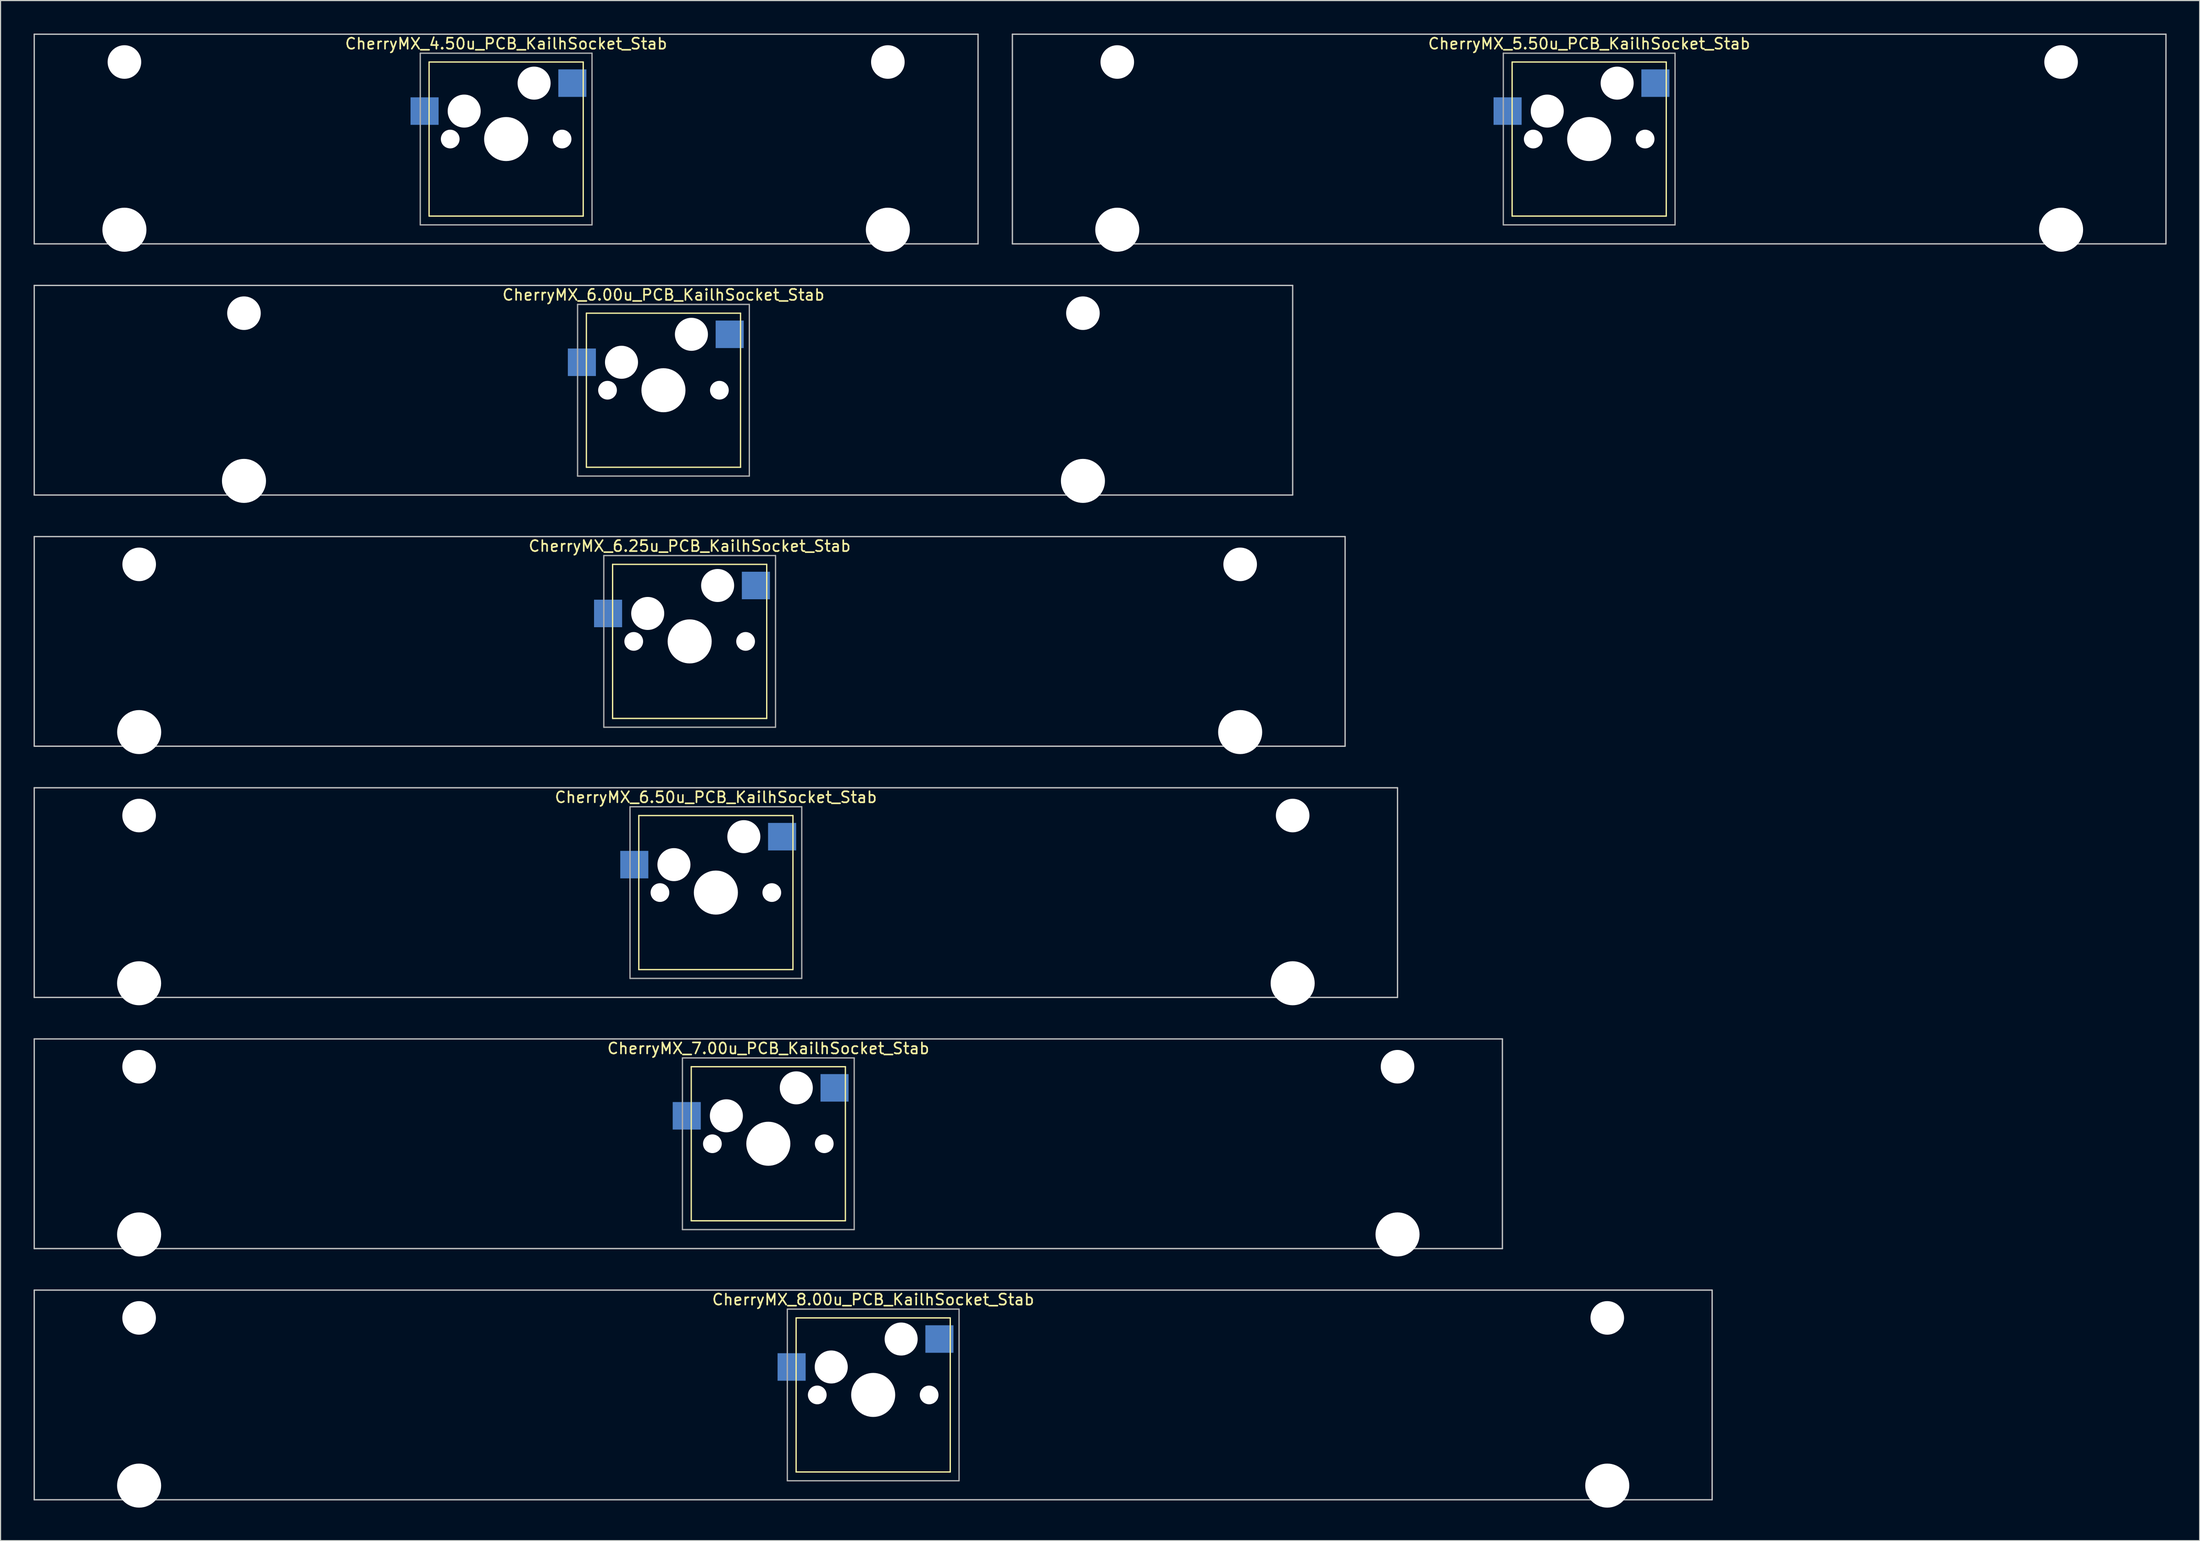
<source format=kicad_pcb>
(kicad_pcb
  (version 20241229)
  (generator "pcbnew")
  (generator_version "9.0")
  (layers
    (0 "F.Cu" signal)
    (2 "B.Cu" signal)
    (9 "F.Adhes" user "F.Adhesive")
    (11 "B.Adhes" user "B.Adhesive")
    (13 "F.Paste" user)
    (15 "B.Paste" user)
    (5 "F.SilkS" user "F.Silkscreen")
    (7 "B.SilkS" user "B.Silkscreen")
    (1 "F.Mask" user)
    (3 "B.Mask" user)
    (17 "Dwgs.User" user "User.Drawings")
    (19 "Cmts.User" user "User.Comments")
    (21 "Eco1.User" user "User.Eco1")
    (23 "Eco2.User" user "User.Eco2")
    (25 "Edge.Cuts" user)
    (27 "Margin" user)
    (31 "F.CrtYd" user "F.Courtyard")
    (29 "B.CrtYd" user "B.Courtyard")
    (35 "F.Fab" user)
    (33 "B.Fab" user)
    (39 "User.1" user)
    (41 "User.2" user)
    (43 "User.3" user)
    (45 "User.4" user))
  (footprint "CherryMX_7.00u_PCB_KailhSocket_Stab"
    (layer "F.Cu")
    (at 66.735 100.885)
    (property "Reference" "CherryMX_7.00u_PCB_KailhSocket_Stab" (at 0 -8.662 0) (layer "F.SilkS") (effects (font (size 1 1) (thickness 0.15))))
    (attr through_hole)
    (fp_line (start -7 -7) (end -7 7) (stroke (width 0.12) (type solid)) (layer "F.SilkS"))
    (fp_line (start -7 -7) (end 7 -7) (stroke (width 0.12) (type solid)) (layer "F.SilkS"))
    (fp_line (start 7 -7) (end 7 7) (stroke (width 0.12) (type solid)) (layer "F.SilkS"))
    (fp_line (start 7 7) (end -7 7) (stroke (width 0.12) (type solid)) (layer "F.SilkS"))
    (fp_line (start -66.675 -9.525) (end 66.675 -9.525) (stroke (width 0.12) (type solid)) (layer "Dwgs.User"))
    (fp_line (start -66.675 9.525) (end -66.675 -9.525) (stroke (width 0.12) (type solid)) (layer "Dwgs.User"))
    (fp_line (start 66.675 -9.525) (end 66.675 9.525) (stroke (width 0.12) (type solid)) (layer "Dwgs.User"))
    (fp_line (start 66.675 9.525) (end -66.675 9.525) (stroke (width 0.12) (type solid)) (layer "Dwgs.User"))
    (fp_line (start -7.8 -7.8) (end -7.8 7.8) (stroke (width 0.12) (type solid)) (layer "F.Fab"))
    (fp_line (start -7.8 -7.8) (end 7.8 -7.8) (stroke (width 0.12) (type solid)) (layer "F.Fab"))
    (fp_line (start -7.8 7.8) (end 7.8 7.8) (stroke (width 0.12) (type solid)) (layer "F.Fab"))
    (fp_line (start 7.8 -7.8) (end 7.8 7.8) (stroke (width 0.12) (type solid)) (layer "F.Fab"))
    (pad "" np_thru_hole circle (at -57.15 -7) (size 3.05 3.05) (drill 3.05) (layers "*.Cu" "*.Mask"))
    (pad "" np_thru_hole circle (at -57.15 8.24) (size 4 4) (drill 4) (layers "*.Cu" "*.Mask"))
    (pad "" np_thru_hole circle (at -5.08 0) (size 1.7 1.7) (drill 1.7) (layers "*.Cu" "*.Mask"))
    (pad "" np_thru_hole circle (at -3.81 -2.54) (size 3 3) (drill 3) (layers "*.Cu" "*.Mask"))
    (pad "" np_thru_hole circle (at 0 0) (size 4 4) (drill 4) (layers "*.Cu" "*.Mask"))
    (pad "" np_thru_hole circle (at 2.54 -5.08) (size 3 3) (drill 3) (layers "*.Cu" "*.Mask"))
    (pad "" np_thru_hole circle (at 5.08 0) (size 1.7 1.7) (drill 1.7) (layers "*.Cu" "*.Mask"))
    (pad "" np_thru_hole circle (at 57.15 -7) (size 3.05 3.05) (drill 3.05) (layers "*.Cu" "*.Mask"))
    (pad "" np_thru_hole circle (at 57.15 8.24) (size 4 4) (drill 4) (layers "*.Cu" "*.Mask"))
    (pad "1" smd rect (at -7.41 -2.54) (size 2.55 2.5) (layers "B.Cu" "B.Mask" "B.Paste"))
    (pad "2" smd rect (at 6.015 -5.08) (size 2.55 2.5) (layers "B.Cu" "B.Mask" "B.Paste")))
  (footprint "CherryMX_4.50u_PCB_KailhSocket_Stab"
    (layer "F.Cu")
    (at 42.922 9.585)
    (property "Reference" "CherryMX_4.50u_PCB_KailhSocket_Stab" (at 0 -8.662 0) (layer "F.SilkS") (effects (font (size 1 1) (thickness 0.15))))
    (attr through_hole)
    (fp_line (start -7 -7) (end -7 7) (stroke (width 0.12) (type solid)) (layer "F.SilkS"))
    (fp_line (start -7 -7) (end 7 -7) (stroke (width 0.12) (type solid)) (layer "F.SilkS"))
    (fp_line (start 7 -7) (end 7 7) (stroke (width 0.12) (type solid)) (layer "F.SilkS"))
    (fp_line (start 7 7) (end -7 7) (stroke (width 0.12) (type solid)) (layer "F.SilkS"))
    (fp_line (start -42.862 -9.525) (end 42.862 -9.525) (stroke (width 0.12) (type solid)) (layer "Dwgs.User"))
    (fp_line (start -42.862 9.525) (end -42.862 -9.525) (stroke (width 0.12) (type solid)) (layer "Dwgs.User"))
    (fp_line (start 42.862 -9.525) (end 42.862 9.525) (stroke (width 0.12) (type solid)) (layer "Dwgs.User"))
    (fp_line (start 42.862 9.525) (end -42.862 9.525) (stroke (width 0.12) (type solid)) (layer "Dwgs.User"))
    (fp_line (start -7.8 -7.8) (end -7.8 7.8) (stroke (width 0.12) (type solid)) (layer "F.Fab"))
    (fp_line (start -7.8 -7.8) (end 7.8 -7.8) (stroke (width 0.12) (type solid)) (layer "F.Fab"))
    (fp_line (start -7.8 7.8) (end 7.8 7.8) (stroke (width 0.12) (type solid)) (layer "F.Fab"))
    (fp_line (start 7.8 -7.8) (end 7.8 7.8) (stroke (width 0.12) (type solid)) (layer "F.Fab"))
    (pad "" np_thru_hole circle (at -34.671 -7) (size 3.05 3.05) (drill 3.05) (layers "*.Cu" "*.Mask"))
    (pad "" np_thru_hole circle (at -34.671 8.24) (size 4 4) (drill 4) (layers "*.Cu" "*.Mask"))
    (pad "" np_thru_hole circle (at -5.08 0) (size 1.7 1.7) (drill 1.7) (layers "*.Cu" "*.Mask"))
    (pad "" np_thru_hole circle (at -3.81 -2.54) (size 3 3) (drill 3) (layers "*.Cu" "*.Mask"))
    (pad "" np_thru_hole circle (at 0 0) (size 4 4) (drill 4) (layers "*.Cu" "*.Mask"))
    (pad "" np_thru_hole circle (at 2.54 -5.08) (size 3 3) (drill 3) (layers "*.Cu" "*.Mask"))
    (pad "" np_thru_hole circle (at 5.08 0) (size 1.7 1.7) (drill 1.7) (layers "*.Cu" "*.Mask"))
    (pad "" np_thru_hole circle (at 34.671 -7) (size 3.05 3.05) (drill 3.05) (layers "*.Cu" "*.Mask"))
    (pad "" np_thru_hole circle (at 34.671 8.24) (size 4 4) (drill 4) (layers "*.Cu" "*.Mask"))
    (pad "1" smd rect (at -7.41 -2.54) (size 2.55 2.5) (layers "B.Cu" "B.Mask" "B.Paste"))
    (pad "2" smd rect (at 6.015 -5.08) (size 2.55 2.5) (layers "B.Cu" "B.Mask" "B.Paste")))
  (footprint "CherryMX_6.00u_PCB_KailhSocket_Stab"
    (layer "F.Cu")
    (at 57.21 32.41)
    (property "Reference" "CherryMX_6.00u_PCB_KailhSocket_Stab" (at 0 -8.662 0) (layer "F.SilkS") (effects (font (size 1 1) (thickness 0.15))))
    (attr through_hole)
    (fp_line (start -7 -7) (end -7 7) (stroke (width 0.12) (type solid)) (layer "F.SilkS"))
    (fp_line (start -7 -7) (end 7 -7) (stroke (width 0.12) (type solid)) (layer "F.SilkS"))
    (fp_line (start 7 -7) (end 7 7) (stroke (width 0.12) (type solid)) (layer "F.SilkS"))
    (fp_line (start 7 7) (end -7 7) (stroke (width 0.12) (type solid)) (layer "F.SilkS"))
    (fp_line (start -57.15 -9.525) (end 57.15 -9.525) (stroke (width 0.12) (type solid)) (layer "Dwgs.User"))
    (fp_line (start -57.15 9.525) (end -57.15 -9.525) (stroke (width 0.12) (type solid)) (layer "Dwgs.User"))
    (fp_line (start 57.15 -9.525) (end 57.15 9.525) (stroke (width 0.12) (type solid)) (layer "Dwgs.User"))
    (fp_line (start 57.15 9.525) (end -57.15 9.525) (stroke (width 0.12) (type solid)) (layer "Dwgs.User"))
    (fp_line (start -7.8 -7.8) (end -7.8 7.8) (stroke (width 0.12) (type solid)) (layer "F.Fab"))
    (fp_line (start -7.8 -7.8) (end 7.8 -7.8) (stroke (width 0.12) (type solid)) (layer "F.Fab"))
    (fp_line (start -7.8 7.8) (end 7.8 7.8) (stroke (width 0.12) (type solid)) (layer "F.Fab"))
    (fp_line (start 7.8 -7.8) (end 7.8 7.8) (stroke (width 0.12) (type solid)) (layer "F.Fab"))
    (pad "" np_thru_hole circle (at -38.1 -7) (size 3.05 3.05) (drill 3.05) (layers "*.Cu" "*.Mask"))
    (pad "" np_thru_hole circle (at -38.1 8.24) (size 4 4) (drill 4) (layers "*.Cu" "*.Mask"))
    (pad "" np_thru_hole circle (at -5.08 0) (size 1.7 1.7) (drill 1.7) (layers "*.Cu" "*.Mask"))
    (pad "" np_thru_hole circle (at -3.81 -2.54) (size 3 3) (drill 3) (layers "*.Cu" "*.Mask"))
    (pad "" np_thru_hole circle (at 0 0) (size 4 4) (drill 4) (layers "*.Cu" "*.Mask"))
    (pad "" np_thru_hole circle (at 2.54 -5.08) (size 3 3) (drill 3) (layers "*.Cu" "*.Mask"))
    (pad "" np_thru_hole circle (at 5.08 0) (size 1.7 1.7) (drill 1.7) (layers "*.Cu" "*.Mask"))
    (pad "" np_thru_hole circle (at 38.1 -7) (size 3.05 3.05) (drill 3.05) (layers "*.Cu" "*.Mask"))
    (pad "" np_thru_hole circle (at 38.1 8.24) (size 4 4) (drill 4) (layers "*.Cu" "*.Mask"))
    (pad "1" smd rect (at -7.41 -2.54) (size 2.55 2.5) (layers "B.Cu" "B.Mask" "B.Paste"))
    (pad "2" smd rect (at 6.015 -5.08) (size 2.55 2.5) (layers "B.Cu" "B.Mask" "B.Paste")))
  (footprint "CherryMX_5.50u_PCB_KailhSocket_Stab"
    (layer "F.Cu")
    (at 141.292 9.585)
    (property "Reference" "CherryMX_5.50u_PCB_KailhSocket_Stab" (at 0 -8.662 0) (layer "F.SilkS") (effects (font (size 1 1) (thickness 0.15))))
    (attr through_hole)
    (fp_line (start -7 -7) (end -7 7) (stroke (width 0.12) (type solid)) (layer "F.SilkS"))
    (fp_line (start -7 -7) (end 7 -7) (stroke (width 0.12) (type solid)) (layer "F.SilkS"))
    (fp_line (start 7 -7) (end 7 7) (stroke (width 0.12) (type solid)) (layer "F.SilkS"))
    (fp_line (start 7 7) (end -7 7) (stroke (width 0.12) (type solid)) (layer "F.SilkS"))
    (fp_line (start -52.388 -9.525) (end 52.388 -9.525) (stroke (width 0.12) (type solid)) (layer "Dwgs.User"))
    (fp_line (start -52.388 9.525) (end -52.388 -9.525) (stroke (width 0.12) (type solid)) (layer "Dwgs.User"))
    (fp_line (start 52.388 -9.525) (end 52.388 9.525) (stroke (width 0.12) (type solid)) (layer "Dwgs.User"))
    (fp_line (start 52.388 9.525) (end -52.388 9.525) (stroke (width 0.12) (type solid)) (layer "Dwgs.User"))
    (fp_line (start -7.8 -7.8) (end -7.8 7.8) (stroke (width 0.12) (type solid)) (layer "F.Fab"))
    (fp_line (start -7.8 -7.8) (end 7.8 -7.8) (stroke (width 0.12) (type solid)) (layer "F.Fab"))
    (fp_line (start -7.8 7.8) (end 7.8 7.8) (stroke (width 0.12) (type solid)) (layer "F.Fab"))
    (fp_line (start 7.8 -7.8) (end 7.8 7.8) (stroke (width 0.12) (type solid)) (layer "F.Fab"))
    (pad "" np_thru_hole circle (at -42.862 -7) (size 3.05 3.05) (drill 3.05) (layers "*.Cu" "*.Mask"))
    (pad "" np_thru_hole circle (at -42.862 8.24) (size 4 4) (drill 4) (layers "*.Cu" "*.Mask"))
    (pad "" np_thru_hole circle (at -5.08 0) (size 1.7 1.7) (drill 1.7) (layers "*.Cu" "*.Mask"))
    (pad "" np_thru_hole circle (at -3.81 -2.54) (size 3 3) (drill 3) (layers "*.Cu" "*.Mask"))
    (pad "" np_thru_hole circle (at 0 0) (size 4 4) (drill 4) (layers "*.Cu" "*.Mask"))
    (pad "" np_thru_hole circle (at 2.54 -5.08) (size 3 3) (drill 3) (layers "*.Cu" "*.Mask"))
    (pad "" np_thru_hole circle (at 5.08 0) (size 1.7 1.7) (drill 1.7) (layers "*.Cu" "*.Mask"))
    (pad "" np_thru_hole circle (at 42.862 -7) (size 3.05 3.05) (drill 3.05) (layers "*.Cu" "*.Mask"))
    (pad "" np_thru_hole circle (at 42.862 8.24) (size 4 4) (drill 4) (layers "*.Cu" "*.Mask"))
    (pad "1" smd rect (at -7.41 -2.54) (size 2.55 2.5) (layers "B.Cu" "B.Mask" "B.Paste"))
    (pad "2" smd rect (at 6.015 -5.08) (size 2.55 2.5) (layers "B.Cu" "B.Mask" "B.Paste")))
  (footprint "CherryMX_6.50u_PCB_KailhSocket_Stab"
    (layer "F.Cu")
    (at 61.972 78.06)
    (property "Reference" "CherryMX_6.50u_PCB_KailhSocket_Stab" (at 0 -8.662 0) (layer "F.SilkS") (effects (font (size 1 1) (thickness 0.15))))
    (attr through_hole)
    (fp_line (start -7 -7) (end -7 7) (stroke (width 0.12) (type solid)) (layer "F.SilkS"))
    (fp_line (start -7 -7) (end 7 -7) (stroke (width 0.12) (type solid)) (layer "F.SilkS"))
    (fp_line (start 7 -7) (end 7 7) (stroke (width 0.12) (type solid)) (layer "F.SilkS"))
    (fp_line (start 7 7) (end -7 7) (stroke (width 0.12) (type solid)) (layer "F.SilkS"))
    (fp_line (start -61.913 -9.525) (end 61.913 -9.525) (stroke (width 0.12) (type solid)) (layer "Dwgs.User"))
    (fp_line (start -61.913 9.525) (end -61.913 -9.525) (stroke (width 0.12) (type solid)) (layer "Dwgs.User"))
    (fp_line (start 61.913 -9.525) (end 61.913 9.525) (stroke (width 0.12) (type solid)) (layer "Dwgs.User"))
    (fp_line (start 61.913 9.525) (end -61.913 9.525) (stroke (width 0.12) (type solid)) (layer "Dwgs.User"))
    (fp_line (start -7.8 -7.8) (end -7.8 7.8) (stroke (width 0.12) (type solid)) (layer "F.Fab"))
    (fp_line (start -7.8 -7.8) (end 7.8 -7.8) (stroke (width 0.12) (type solid)) (layer "F.Fab"))
    (fp_line (start -7.8 7.8) (end 7.8 7.8) (stroke (width 0.12) (type solid)) (layer "F.Fab"))
    (fp_line (start 7.8 -7.8) (end 7.8 7.8) (stroke (width 0.12) (type solid)) (layer "F.Fab"))
    (pad "" np_thru_hole circle (at -52.388 -7) (size 3.05 3.05) (drill 3.05) (layers "*.Cu" "*.Mask"))
    (pad "" np_thru_hole circle (at -52.388 8.24) (size 4 4) (drill 4) (layers "*.Cu" "*.Mask"))
    (pad "" np_thru_hole circle (at -5.08 0) (size 1.7 1.7) (drill 1.7) (layers "*.Cu" "*.Mask"))
    (pad "" np_thru_hole circle (at -3.81 -2.54) (size 3 3) (drill 3) (layers "*.Cu" "*.Mask"))
    (pad "" np_thru_hole circle (at 0 0) (size 4 4) (drill 4) (layers "*.Cu" "*.Mask"))
    (pad "" np_thru_hole circle (at 2.54 -5.08) (size 3 3) (drill 3) (layers "*.Cu" "*.Mask"))
    (pad "" np_thru_hole circle (at 5.08 0) (size 1.7 1.7) (drill 1.7) (layers "*.Cu" "*.Mask"))
    (pad "" np_thru_hole circle (at 52.388 -7) (size 3.05 3.05) (drill 3.05) (layers "*.Cu" "*.Mask"))
    (pad "" np_thru_hole circle (at 52.388 8.24) (size 4 4) (drill 4) (layers "*.Cu" "*.Mask"))
    (pad "1" smd rect (at -7.41 -2.54) (size 2.55 2.5) (layers "B.Cu" "B.Mask" "B.Paste"))
    (pad "2" smd rect (at 6.015 -5.08) (size 2.55 2.5) (layers "B.Cu" "B.Mask" "B.Paste")))
  (footprint "CherryMX_8.00u_PCB_KailhSocket_Stab"
    (layer "F.Cu")
    (at 76.26 123.71)
    (property "Reference" "CherryMX_8.00u_PCB_KailhSocket_Stab" (at 0 -8.662 0) (layer "F.SilkS") (effects (font (size 1 1) (thickness 0.15))))
    (attr through_hole)
    (fp_line (start -7 -7) (end -7 7) (stroke (width 0.12) (type solid)) (layer "F.SilkS"))
    (fp_line (start -7 -7) (end 7 -7) (stroke (width 0.12) (type solid)) (layer "F.SilkS"))
    (fp_line (start 7 -7) (end 7 7) (stroke (width 0.12) (type solid)) (layer "F.SilkS"))
    (fp_line (start 7 7) (end -7 7) (stroke (width 0.12) (type solid)) (layer "F.SilkS"))
    (fp_line (start -76.2 -9.525) (end 76.2 -9.525) (stroke (width 0.12) (type solid)) (layer "Dwgs.User"))
    (fp_line (start -76.2 9.525) (end -76.2 -9.525) (stroke (width 0.12) (type solid)) (layer "Dwgs.User"))
    (fp_line (start 76.2 -9.525) (end 76.2 9.525) (stroke (width 0.12) (type solid)) (layer "Dwgs.User"))
    (fp_line (start 76.2 9.525) (end -76.2 9.525) (stroke (width 0.12) (type solid)) (layer "Dwgs.User"))
    (fp_line (start -7.8 -7.8) (end -7.8 7.8) (stroke (width 0.12) (type solid)) (layer "F.Fab"))
    (fp_line (start -7.8 -7.8) (end 7.8 -7.8) (stroke (width 0.12) (type solid)) (layer "F.Fab"))
    (fp_line (start -7.8 7.8) (end 7.8 7.8) (stroke (width 0.12) (type solid)) (layer "F.Fab"))
    (fp_line (start 7.8 -7.8) (end 7.8 7.8) (stroke (width 0.12) (type solid)) (layer "F.Fab"))
    (pad "" np_thru_hole circle (at -66.675 -7) (size 3.05 3.05) (drill 3.05) (layers "*.Cu" "*.Mask"))
    (pad "" np_thru_hole circle (at -66.675 8.24) (size 4 4) (drill 4) (layers "*.Cu" "*.Mask"))
    (pad "" np_thru_hole circle (at -5.08 0) (size 1.7 1.7) (drill 1.7) (layers "*.Cu" "*.Mask"))
    (pad "" np_thru_hole circle (at -3.81 -2.54) (size 3 3) (drill 3) (layers "*.Cu" "*.Mask"))
    (pad "" np_thru_hole circle (at 0 0) (size 4 4) (drill 4) (layers "*.Cu" "*.Mask"))
    (pad "" np_thru_hole circle (at 2.54 -5.08) (size 3 3) (drill 3) (layers "*.Cu" "*.Mask"))
    (pad "" np_thru_hole circle (at 5.08 0) (size 1.7 1.7) (drill 1.7) (layers "*.Cu" "*.Mask"))
    (pad "" np_thru_hole circle (at 66.675 -7) (size 3.05 3.05) (drill 3.05) (layers "*.Cu" "*.Mask"))
    (pad "" np_thru_hole circle (at 66.675 8.24) (size 4 4) (drill 4) (layers "*.Cu" "*.Mask"))
    (pad "1" smd rect (at -7.41 -2.54) (size 2.55 2.5) (layers "B.Cu" "B.Mask" "B.Paste"))
    (pad "2" smd rect (at 6.015 -5.08) (size 2.55 2.5) (layers "B.Cu" "B.Mask" "B.Paste")))
  (footprint "CherryMX_6.25u_PCB_KailhSocket_Stab"
    (layer "F.Cu")
    (at 59.591 55.235)
    (property "Reference" "CherryMX_6.25u_PCB_KailhSocket_Stab" (at 0 -8.662 0) (layer "F.SilkS") (effects (font (size 1 1) (thickness 0.15))))
    (attr through_hole)
    (fp_line (start -7 -7) (end -7 7) (stroke (width 0.12) (type solid)) (layer "F.SilkS"))
    (fp_line (start -7 -7) (end 7 -7) (stroke (width 0.12) (type solid)) (layer "F.SilkS"))
    (fp_line (start 7 -7) (end 7 7) (stroke (width 0.12) (type solid)) (layer "F.SilkS"))
    (fp_line (start 7 7) (end -7 7) (stroke (width 0.12) (type solid)) (layer "F.SilkS"))
    (fp_line (start -59.531 -9.525) (end 59.531 -9.525) (stroke (width 0.12) (type solid)) (layer "Dwgs.User"))
    (fp_line (start -59.531 9.525) (end -59.531 -9.525) (stroke (width 0.12) (type solid)) (layer "Dwgs.User"))
    (fp_line (start 59.531 -9.525) (end 59.531 9.525) (stroke (width 0.12) (type solid)) (layer "Dwgs.User"))
    (fp_line (start 59.531 9.525) (end -59.531 9.525) (stroke (width 0.12) (type solid)) (layer "Dwgs.User"))
    (fp_line (start -7.8 -7.8) (end -7.8 7.8) (stroke (width 0.12) (type solid)) (layer "F.Fab"))
    (fp_line (start -7.8 -7.8) (end 7.8 -7.8) (stroke (width 0.12) (type solid)) (layer "F.Fab"))
    (fp_line (start -7.8 7.8) (end 7.8 7.8) (stroke (width 0.12) (type solid)) (layer "F.Fab"))
    (fp_line (start 7.8 -7.8) (end 7.8 7.8) (stroke (width 0.12) (type solid)) (layer "F.Fab"))
    (pad "" np_thru_hole circle (at -50 -7) (size 3.05 3.05) (drill 3.05) (layers "*.Cu" "*.Mask"))
    (pad "" np_thru_hole circle (at -50 8.24) (size 4 4) (drill 4) (layers "*.Cu" "*.Mask"))
    (pad "" np_thru_hole circle (at -5.08 0) (size 1.7 1.7) (drill 1.7) (layers "*.Cu" "*.Mask"))
    (pad "" np_thru_hole circle (at -3.81 -2.54) (size 3 3) (drill 3) (layers "*.Cu" "*.Mask"))
    (pad "" np_thru_hole circle (at 0 0) (size 4 4) (drill 4) (layers "*.Cu" "*.Mask"))
    (pad "" np_thru_hole circle (at 2.54 -5.08) (size 3 3) (drill 3) (layers "*.Cu" "*.Mask"))
    (pad "" np_thru_hole circle (at 5.08 0) (size 1.7 1.7) (drill 1.7) (layers "*.Cu" "*.Mask"))
    (pad "" np_thru_hole circle (at 50 -7) (size 3.05 3.05) (drill 3.05) (layers "*.Cu" "*.Mask"))
    (pad "" np_thru_hole circle (at 50 8.24) (size 4 4) (drill 4) (layers "*.Cu" "*.Mask"))
    (pad "1" smd rect (at -7.41 -2.54) (size 2.55 2.5) (layers "B.Cu" "B.Mask" "B.Paste"))
    (pad "2" smd rect (at 6.015 -5.08) (size 2.55 2.5) (layers "B.Cu" "B.Mask" "B.Paste")))
  (gr_rect
    (start -3 -3)
    (end 196.74 136.95)
    (stroke (width 0.1) (type default))
    (fill no)
    (layer "Edge.Cuts")))
</source>
